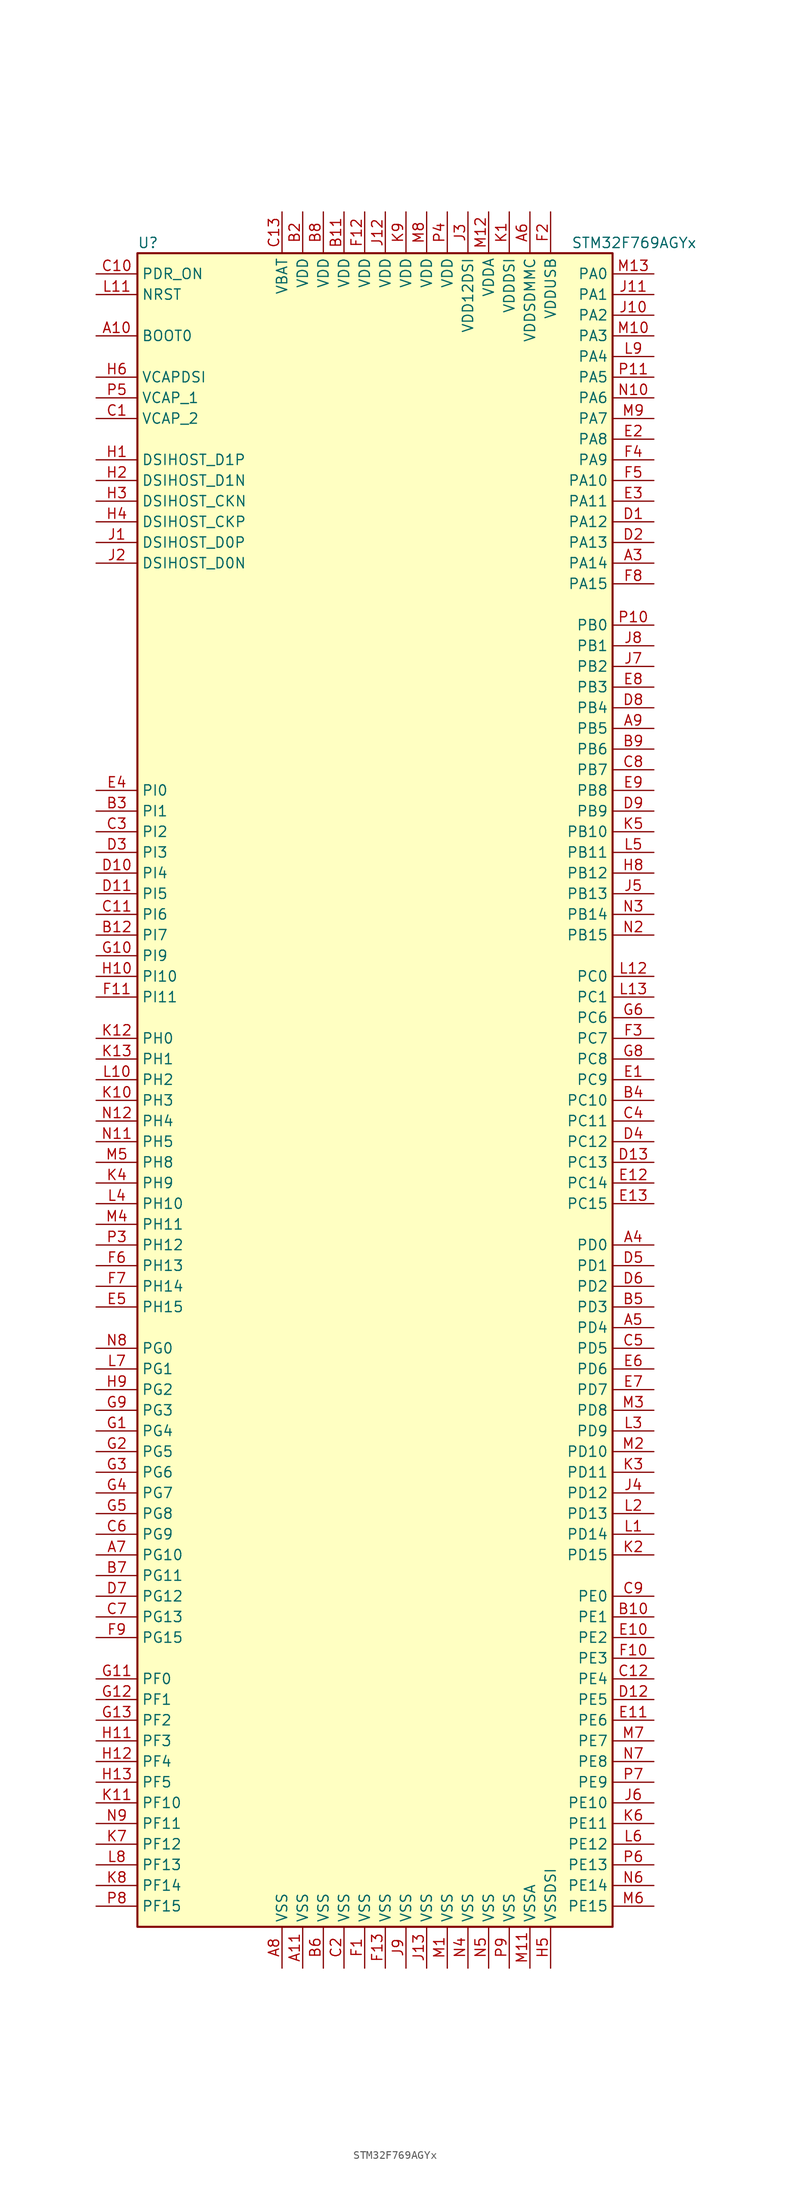
<source format=kicad_sym>
(kicad_symbol_lib
  (version 20211014)
  (generator kicad_symbol_editor)
  (symbol "STM32F769AGYx"
    (property "Reference" "U"
      (at -30.48 102.87 0)
      (effects (font (size 1.27 1.27)) (justify left)))
    (property "Value" "STM32F769AGYx"
      (at 22.86 102.87 0)
      (effects (font (size 1.27 1.27)) (justify left)))
    (symbol "STM32F769AGYx_0_1"
      (rectangle (start -30.48 -104.14) (end 27.94 101.6) (stroke (width 0.254) (type default) (color 0 0 0 0)) (fill (type background))))
    (symbol "STM32F769AGYx_1_1"
      (pin no_connect line (at -30.48 -101.6 0) (length 5.08) hide (name "NC" (effects (font (size 1.27 1.27)))) (number "A1" (effects (font (size 1.27 1.27)))))
      (pin input line (at -35.56 91.44 0) (length 5.08) (name "BOOT0" (effects (font (size 1.27 1.27)))) (number "A10" (effects (font (size 1.27 1.27)))))
      (pin power_in line (at -10.16 -109.22 90) (length 5.08) (name "VSS" (effects (font (size 1.27 1.27)))) (number "A11" (effects (font (size 1.27 1.27)))))
      (pin no_connect line (at -30.48 -96.52 0) (length 5.08) hide (name "NC" (effects (font (size 1.27 1.27)))) (number "A12" (effects (font (size 1.27 1.27)))))
      (pin no_connect line (at -30.48 -93.98 0) (length 5.08) hide (name "NC" (effects (font (size 1.27 1.27)))) (number "A13" (effects (font (size 1.27 1.27)))))
      (pin no_connect line (at -30.48 -99.06 0) (length 5.08) hide (name "NC" (effects (font (size 1.27 1.27)))) (number "A2" (effects (font (size 1.27 1.27)))))
      (pin bidirectional line (at 33.02 63.5 180) (length 5.08) (name "PA14" (effects (font (size 1.27 1.27)))) (number "A3" (effects (font (size 1.27 1.27)))))
      (pin bidirectional line (at 33.02 -20.32 180) (length 5.08) (name "PD0" (effects (font (size 1.27 1.27)))) (number "A4" (effects (font (size 1.27 1.27)))))
      (pin bidirectional line (at 33.02 -30.48 180) (length 5.08) (name "PD4" (effects (font (size 1.27 1.27)))) (number "A5" (effects (font (size 1.27 1.27)))))
      (pin power_in line (at 17.78 106.68 270) (length 5.08) (name "VDDSDMMC" (effects (font (size 1.27 1.27)))) (number "A6" (effects (font (size 1.27 1.27)))))
      (pin bidirectional line (at -35.56 -58.42 0) (length 5.08) (name "PG10" (effects (font (size 1.27 1.27)))) (number "A7" (effects (font (size 1.27 1.27)))))
      (pin power_in line (at -12.7 -109.22 90) (length 5.08) (name "VSS" (effects (font (size 1.27 1.27)))) (number "A8" (effects (font (size 1.27 1.27)))))
      (pin bidirectional line (at 33.02 43.18 180) (length 5.08) (name "PB5" (effects (font (size 1.27 1.27)))) (number "A9" (effects (font (size 1.27 1.27)))))
      (pin no_connect line (at -30.48 -91.44 0) (length 5.08) hide (name "NC" (effects (font (size 1.27 1.27)))) (number "B1" (effects (font (size 1.27 1.27)))))
      (pin bidirectional line (at 33.02 -66.04 180) (length 5.08) (name "PE1" (effects (font (size 1.27 1.27)))) (number "B10" (effects (font (size 1.27 1.27)))))
      (pin power_in line (at -5.08 106.68 270) (length 5.08) (name "VDD" (effects (font (size 1.27 1.27)))) (number "B11" (effects (font (size 1.27 1.27)))))
      (pin bidirectional line (at -35.56 17.78 0) (length 5.08) (name "PI7" (effects (font (size 1.27 1.27)))) (number "B12" (effects (font (size 1.27 1.27)))))
      (pin no_connect line (at -30.48 -88.9 0) (length 5.08) hide (name "NC" (effects (font (size 1.27 1.27)))) (number "B13" (effects (font (size 1.27 1.27)))))
      (pin power_in line (at -10.16 106.68 270) (length 5.08) (name "VDD" (effects (font (size 1.27 1.27)))) (number "B2" (effects (font (size 1.27 1.27)))))
      (pin bidirectional line (at -35.56 33.02 0) (length 5.08) (name "PI1" (effects (font (size 1.27 1.27)))) (number "B3" (effects (font (size 1.27 1.27)))))
      (pin bidirectional line (at 33.02 -2.54 180) (length 5.08) (name "PC10" (effects (font (size 1.27 1.27)))) (number "B4" (effects (font (size 1.27 1.27)))))
      (pin bidirectional line (at 33.02 -27.94 180) (length 5.08) (name "PD3" (effects (font (size 1.27 1.27)))) (number "B5" (effects (font (size 1.27 1.27)))))
      (pin power_in line (at -7.62 -109.22 90) (length 5.08) (name "VSS" (effects (font (size 1.27 1.27)))) (number "B6" (effects (font (size 1.27 1.27)))))
      (pin bidirectional line (at -35.56 -60.96 0) (length 5.08) (name "PG11" (effects (font (size 1.27 1.27)))) (number "B7" (effects (font (size 1.27 1.27)))))
      (pin power_in line (at -7.62 106.68 270) (length 5.08) (name "VDD" (effects (font (size 1.27 1.27)))) (number "B8" (effects (font (size 1.27 1.27)))))
      (pin bidirectional line (at 33.02 40.64 180) (length 5.08) (name "PB6" (effects (font (size 1.27 1.27)))) (number "B9" (effects (font (size 1.27 1.27)))))
      (pin power_in line (at -35.56 81.28 0) (length 5.08) (name "VCAP_2" (effects (font (size 1.27 1.27)))) (number "C1" (effects (font (size 1.27 1.27)))))
      (pin input line (at -35.56 99.06 0) (length 5.08) (name "PDR_ON" (effects (font (size 1.27 1.27)))) (number "C10" (effects (font (size 1.27 1.27)))))
      (pin bidirectional line (at -35.56 20.32 0) (length 5.08) (name "PI6" (effects (font (size 1.27 1.27)))) (number "C11" (effects (font (size 1.27 1.27)))))
      (pin bidirectional line (at 33.02 -73.66 180) (length 5.08) (name "PE4" (effects (font (size 1.27 1.27)))) (number "C12" (effects (font (size 1.27 1.27)))))
      (pin power_in line (at -12.7 106.68 270) (length 5.08) (name "VBAT" (effects (font (size 1.27 1.27)))) (number "C13" (effects (font (size 1.27 1.27)))))
      (pin power_in line (at -5.08 -109.22 90) (length 5.08) (name "VSS" (effects (font (size 1.27 1.27)))) (number "C2" (effects (font (size 1.27 1.27)))))
      (pin bidirectional line (at -35.56 30.48 0) (length 5.08) (name "PI2" (effects (font (size 1.27 1.27)))) (number "C3" (effects (font (size 1.27 1.27)))))
      (pin bidirectional line (at 33.02 -5.08 180) (length 5.08) (name "PC11" (effects (font (size 1.27 1.27)))) (number "C4" (effects (font (size 1.27 1.27)))))
      (pin bidirectional line (at 33.02 -33.02 180) (length 5.08) (name "PD5" (effects (font (size 1.27 1.27)))) (number "C5" (effects (font (size 1.27 1.27)))))
      (pin bidirectional line (at -35.56 -55.88 0) (length 5.08) (name "PG9" (effects (font (size 1.27 1.27)))) (number "C6" (effects (font (size 1.27 1.27)))))
      (pin bidirectional line (at -35.56 -66.04 0) (length 5.08) (name "PG13" (effects (font (size 1.27 1.27)))) (number "C7" (effects (font (size 1.27 1.27)))))
      (pin bidirectional line (at 33.02 38.1 180) (length 5.08) (name "PB7" (effects (font (size 1.27 1.27)))) (number "C8" (effects (font (size 1.27 1.27)))))
      (pin bidirectional line (at 33.02 -63.5 180) (length 5.08) (name "PE0" (effects (font (size 1.27 1.27)))) (number "C9" (effects (font (size 1.27 1.27)))))
      (pin bidirectional line (at 33.02 68.58 180) (length 5.08) (name "PA12" (effects (font (size 1.27 1.27)))) (number "D1" (effects (font (size 1.27 1.27)))))
      (pin bidirectional line (at -35.56 25.4 0) (length 5.08) (name "PI4" (effects (font (size 1.27 1.27)))) (number "D10" (effects (font (size 1.27 1.27)))))
      (pin bidirectional line (at -35.56 22.86 0) (length 5.08) (name "PI5" (effects (font (size 1.27 1.27)))) (number "D11" (effects (font (size 1.27 1.27)))))
      (pin bidirectional line (at 33.02 -76.2 180) (length 5.08) (name "PE5" (effects (font (size 1.27 1.27)))) (number "D12" (effects (font (size 1.27 1.27)))))
      (pin bidirectional line (at 33.02 -10.16 180) (length 5.08) (name "PC13" (effects (font (size 1.27 1.27)))) (number "D13" (effects (font (size 1.27 1.27)))))
      (pin bidirectional line (at 33.02 66.04 180) (length 5.08) (name "PA13" (effects (font (size 1.27 1.27)))) (number "D2" (effects (font (size 1.27 1.27)))))
      (pin bidirectional line (at -35.56 27.94 0) (length 5.08) (name "PI3" (effects (font (size 1.27 1.27)))) (number "D3" (effects (font (size 1.27 1.27)))))
      (pin bidirectional line (at 33.02 -7.62 180) (length 5.08) (name "PC12" (effects (font (size 1.27 1.27)))) (number "D4" (effects (font (size 1.27 1.27)))))
      (pin bidirectional line (at 33.02 -22.86 180) (length 5.08) (name "PD1" (effects (font (size 1.27 1.27)))) (number "D5" (effects (font (size 1.27 1.27)))))
      (pin bidirectional line (at 33.02 -25.4 180) (length 5.08) (name "PD2" (effects (font (size 1.27 1.27)))) (number "D6" (effects (font (size 1.27 1.27)))))
      (pin bidirectional line (at -35.56 -63.5 0) (length 5.08) (name "PG12" (effects (font (size 1.27 1.27)))) (number "D7" (effects (font (size 1.27 1.27)))))
      (pin bidirectional line (at 33.02 45.72 180) (length 5.08) (name "PB4" (effects (font (size 1.27 1.27)))) (number "D8" (effects (font (size 1.27 1.27)))))
      (pin bidirectional line (at 33.02 33.02 180) (length 5.08) (name "PB9" (effects (font (size 1.27 1.27)))) (number "D9" (effects (font (size 1.27 1.27)))))
      (pin bidirectional line (at 33.02 0 180) (length 5.08) (name "PC9" (effects (font (size 1.27 1.27)))) (number "E1" (effects (font (size 1.27 1.27)))))
      (pin bidirectional line (at 33.02 -68.58 180) (length 5.08) (name "PE2" (effects (font (size 1.27 1.27)))) (number "E10" (effects (font (size 1.27 1.27)))))
      (pin bidirectional line (at 33.02 -78.74 180) (length 5.08) (name "PE6" (effects (font (size 1.27 1.27)))) (number "E11" (effects (font (size 1.27 1.27)))))
      (pin bidirectional line (at 33.02 -12.7 180) (length 5.08) (name "PC14" (effects (font (size 1.27 1.27)))) (number "E12" (effects (font (size 1.27 1.27)))))
      (pin bidirectional line (at 33.02 -15.24 180) (length 5.08) (name "PC15" (effects (font (size 1.27 1.27)))) (number "E13" (effects (font (size 1.27 1.27)))))
      (pin bidirectional line (at 33.02 78.74 180) (length 5.08) (name "PA8" (effects (font (size 1.27 1.27)))) (number "E2" (effects (font (size 1.27 1.27)))))
      (pin bidirectional line (at 33.02 71.12 180) (length 5.08) (name "PA11" (effects (font (size 1.27 1.27)))) (number "E3" (effects (font (size 1.27 1.27)))))
      (pin bidirectional line (at -35.56 35.56 0) (length 5.08) (name "PI0" (effects (font (size 1.27 1.27)))) (number "E4" (effects (font (size 1.27 1.27)))))
      (pin bidirectional line (at -35.56 -27.94 0) (length 5.08) (name "PH15" (effects (font (size 1.27 1.27)))) (number "E5" (effects (font (size 1.27 1.27)))))
      (pin bidirectional line (at 33.02 -35.56 180) (length 5.08) (name "PD6" (effects (font (size 1.27 1.27)))) (number "E6" (effects (font (size 1.27 1.27)))))
      (pin bidirectional line (at 33.02 -38.1 180) (length 5.08) (name "PD7" (effects (font (size 1.27 1.27)))) (number "E7" (effects (font (size 1.27 1.27)))))
      (pin bidirectional line (at 33.02 48.26 180) (length 5.08) (name "PB3" (effects (font (size 1.27 1.27)))) (number "E8" (effects (font (size 1.27 1.27)))))
      (pin bidirectional line (at 33.02 35.56 180) (length 5.08) (name "PB8" (effects (font (size 1.27 1.27)))) (number "E9" (effects (font (size 1.27 1.27)))))
      (pin power_in line (at -2.54 -109.22 90) (length 5.08) (name "VSS" (effects (font (size 1.27 1.27)))) (number "F1" (effects (font (size 1.27 1.27)))))
      (pin bidirectional line (at 33.02 -71.12 180) (length 5.08) (name "PE3" (effects (font (size 1.27 1.27)))) (number "F10" (effects (font (size 1.27 1.27)))))
      (pin bidirectional line (at -35.56 10.16 0) (length 5.08) (name "PI11" (effects (font (size 1.27 1.27)))) (number "F11" (effects (font (size 1.27 1.27)))))
      (pin power_in line (at -2.54 106.68 270) (length 5.08) (name "VDD" (effects (font (size 1.27 1.27)))) (number "F12" (effects (font (size 1.27 1.27)))))
      (pin power_in line (at 0 -109.22 90) (length 5.08) (name "VSS" (effects (font (size 1.27 1.27)))) (number "F13" (effects (font (size 1.27 1.27)))))
      (pin power_in line (at 20.32 106.68 270) (length 5.08) (name "VDDUSB" (effects (font (size 1.27 1.27)))) (number "F2" (effects (font (size 1.27 1.27)))))
      (pin bidirectional line (at 33.02 5.08 180) (length 5.08) (name "PC7" (effects (font (size 1.27 1.27)))) (number "F3" (effects (font (size 1.27 1.27)))))
      (pin bidirectional line (at 33.02 76.2 180) (length 5.08) (name "PA9" (effects (font (size 1.27 1.27)))) (number "F4" (effects (font (size 1.27 1.27)))))
      (pin bidirectional line (at 33.02 73.66 180) (length 5.08) (name "PA10" (effects (font (size 1.27 1.27)))) (number "F5" (effects (font (size 1.27 1.27)))))
      (pin bidirectional line (at -35.56 -22.86 0) (length 5.08) (name "PH13" (effects (font (size 1.27 1.27)))) (number "F6" (effects (font (size 1.27 1.27)))))
      (pin bidirectional line (at -35.56 -25.4 0) (length 5.08) (name "PH14" (effects (font (size 1.27 1.27)))) (number "F7" (effects (font (size 1.27 1.27)))))
      (pin bidirectional line (at 33.02 60.96 180) (length 5.08) (name "PA15" (effects (font (size 1.27 1.27)))) (number "F8" (effects (font (size 1.27 1.27)))))
      (pin bidirectional line (at -35.56 -68.58 0) (length 5.08) (name "PG15" (effects (font (size 1.27 1.27)))) (number "F9" (effects (font (size 1.27 1.27)))))
      (pin bidirectional line (at -35.56 -43.18 0) (length 5.08) (name "PG4" (effects (font (size 1.27 1.27)))) (number "G1" (effects (font (size 1.27 1.27)))))
      (pin bidirectional line (at -35.56 15.24 0) (length 5.08) (name "PI9" (effects (font (size 1.27 1.27)))) (number "G10" (effects (font (size 1.27 1.27)))))
      (pin bidirectional line (at -35.56 -73.66 0) (length 5.08) (name "PF0" (effects (font (size 1.27 1.27)))) (number "G11" (effects (font (size 1.27 1.27)))))
      (pin bidirectional line (at -35.56 -76.2 0) (length 5.08) (name "PF1" (effects (font (size 1.27 1.27)))) (number "G12" (effects (font (size 1.27 1.27)))))
      (pin bidirectional line (at -35.56 -78.74 0) (length 5.08) (name "PF2" (effects (font (size 1.27 1.27)))) (number "G13" (effects (font (size 1.27 1.27)))))
      (pin bidirectional line (at -35.56 -45.72 0) (length 5.08) (name "PG5" (effects (font (size 1.27 1.27)))) (number "G2" (effects (font (size 1.27 1.27)))))
      (pin bidirectional line (at -35.56 -48.26 0) (length 5.08) (name "PG6" (effects (font (size 1.27 1.27)))) (number "G3" (effects (font (size 1.27 1.27)))))
      (pin bidirectional line (at -35.56 -50.8 0) (length 5.08) (name "PG7" (effects (font (size 1.27 1.27)))) (number "G4" (effects (font (size 1.27 1.27)))))
      (pin bidirectional line (at -35.56 -53.34 0) (length 5.08) (name "PG8" (effects (font (size 1.27 1.27)))) (number "G5" (effects (font (size 1.27 1.27)))))
      (pin bidirectional line (at 33.02 7.62 180) (length 5.08) (name "PC6" (effects (font (size 1.27 1.27)))) (number "G6" (effects (font (size 1.27 1.27)))))
      (pin bidirectional line (at 33.02 2.54 180) (length 5.08) (name "PC8" (effects (font (size 1.27 1.27)))) (number "G8" (effects (font (size 1.27 1.27)))))
      (pin bidirectional line (at -35.56 -40.64 0) (length 5.08) (name "PG3" (effects (font (size 1.27 1.27)))) (number "G9" (effects (font (size 1.27 1.27)))))
      (pin bidirectional line (at -35.56 76.2 0) (length 5.08) (name "DSIHOST_D1P" (effects (font (size 1.27 1.27)))) (number "H1" (effects (font (size 1.27 1.27)))))
      (pin bidirectional line (at -35.56 12.7 0) (length 5.08) (name "PI10" (effects (font (size 1.27 1.27)))) (number "H10" (effects (font (size 1.27 1.27)))))
      (pin bidirectional line (at -35.56 -81.28 0) (length 5.08) (name "PF3" (effects (font (size 1.27 1.27)))) (number "H11" (effects (font (size 1.27 1.27)))))
      (pin bidirectional line (at -35.56 -83.82 0) (length 5.08) (name "PF4" (effects (font (size 1.27 1.27)))) (number "H12" (effects (font (size 1.27 1.27)))))
      (pin bidirectional line (at -35.56 -86.36 0) (length 5.08) (name "PF5" (effects (font (size 1.27 1.27)))) (number "H13" (effects (font (size 1.27 1.27)))))
      (pin bidirectional line (at -35.56 73.66 0) (length 5.08) (name "DSIHOST_D1N" (effects (font (size 1.27 1.27)))) (number "H2" (effects (font (size 1.27 1.27)))))
      (pin bidirectional line (at -35.56 71.12 0) (length 5.08) (name "DSIHOST_CKN" (effects (font (size 1.27 1.27)))) (number "H3" (effects (font (size 1.27 1.27)))))
      (pin bidirectional line (at -35.56 68.58 0) (length 5.08) (name "DSIHOST_CKP" (effects (font (size 1.27 1.27)))) (number "H4" (effects (font (size 1.27 1.27)))))
      (pin power_in line (at 20.32 -109.22 90) (length 5.08) (name "VSSDSI" (effects (font (size 1.27 1.27)))) (number "H5" (effects (font (size 1.27 1.27)))))
      (pin power_in line (at -35.56 86.36 0) (length 5.08) (name "VCAPDSI" (effects (font (size 1.27 1.27)))) (number "H6" (effects (font (size 1.27 1.27)))))
      (pin bidirectional line (at 33.02 25.4 180) (length 5.08) (name "PB12" (effects (font (size 1.27 1.27)))) (number "H8" (effects (font (size 1.27 1.27)))))
      (pin bidirectional line (at -35.56 -38.1 0) (length 5.08) (name "PG2" (effects (font (size 1.27 1.27)))) (number "H9" (effects (font (size 1.27 1.27)))))
      (pin bidirectional line (at -35.56 66.04 0) (length 5.08) (name "DSIHOST_D0P" (effects (font (size 1.27 1.27)))) (number "J1" (effects (font (size 1.27 1.27)))))
      (pin bidirectional line (at 33.02 93.98 180) (length 5.08) (name "PA2" (effects (font (size 1.27 1.27)))) (number "J10" (effects (font (size 1.27 1.27)))))
      (pin bidirectional line (at 33.02 96.52 180) (length 5.08) (name "PA1" (effects (font (size 1.27 1.27)))) (number "J11" (effects (font (size 1.27 1.27)))))
      (pin power_in line (at 0 106.68 270) (length 5.08) (name "VDD" (effects (font (size 1.27 1.27)))) (number "J12" (effects (font (size 1.27 1.27)))))
      (pin power_in line (at 5.08 -109.22 90) (length 5.08) (name "VSS" (effects (font (size 1.27 1.27)))) (number "J13" (effects (font (size 1.27 1.27)))))
      (pin bidirectional line (at -35.56 63.5 0) (length 5.08) (name "DSIHOST_D0N" (effects (font (size 1.27 1.27)))) (number "J2" (effects (font (size 1.27 1.27)))))
      (pin power_in line (at 10.16 106.68 270) (length 5.08) (name "VDD12DSI" (effects (font (size 1.27 1.27)))) (number "J3" (effects (font (size 1.27 1.27)))))
      (pin bidirectional line (at 33.02 -50.8 180) (length 5.08) (name "PD12" (effects (font (size 1.27 1.27)))) (number "J4" (effects (font (size 1.27 1.27)))))
      (pin bidirectional line (at 33.02 22.86 180) (length 5.08) (name "PB13" (effects (font (size 1.27 1.27)))) (number "J5" (effects (font (size 1.27 1.27)))))
      (pin bidirectional line (at 33.02 -88.9 180) (length 5.08) (name "PE10" (effects (font (size 1.27 1.27)))) (number "J6" (effects (font (size 1.27 1.27)))))
      (pin bidirectional line (at 33.02 50.8 180) (length 5.08) (name "PB2" (effects (font (size 1.27 1.27)))) (number "J7" (effects (font (size 1.27 1.27)))))
      (pin bidirectional line (at 33.02 53.34 180) (length 5.08) (name "PB1" (effects (font (size 1.27 1.27)))) (number "J8" (effects (font (size 1.27 1.27)))))
      (pin power_in line (at 2.54 -109.22 90) (length 5.08) (name "VSS" (effects (font (size 1.27 1.27)))) (number "J9" (effects (font (size 1.27 1.27)))))
      (pin power_in line (at 15.24 106.68 270) (length 5.08) (name "VDDDSI" (effects (font (size 1.27 1.27)))) (number "K1" (effects (font (size 1.27 1.27)))))
      (pin bidirectional line (at -35.56 -2.54 0) (length 5.08) (name "PH3" (effects (font (size 1.27 1.27)))) (number "K10" (effects (font (size 1.27 1.27)))))
      (pin bidirectional line (at -35.56 -88.9 0) (length 5.08) (name "PF10" (effects (font (size 1.27 1.27)))) (number "K11" (effects (font (size 1.27 1.27)))))
      (pin input line (at -35.56 5.08 0) (length 5.08) (name "PH0" (effects (font (size 1.27 1.27)))) (number "K12" (effects (font (size 1.27 1.27)))))
      (pin input line (at -35.56 2.54 0) (length 5.08) (name "PH1" (effects (font (size 1.27 1.27)))) (number "K13" (effects (font (size 1.27 1.27)))))
      (pin bidirectional line (at 33.02 -58.42 180) (length 5.08) (name "PD15" (effects (font (size 1.27 1.27)))) (number "K2" (effects (font (size 1.27 1.27)))))
      (pin bidirectional line (at 33.02 -48.26 180) (length 5.08) (name "PD11" (effects (font (size 1.27 1.27)))) (number "K3" (effects (font (size 1.27 1.27)))))
      (pin bidirectional line (at -35.56 -12.7 0) (length 5.08) (name "PH9" (effects (font (size 1.27 1.27)))) (number "K4" (effects (font (size 1.27 1.27)))))
      (pin bidirectional line (at 33.02 30.48 180) (length 5.08) (name "PB10" (effects (font (size 1.27 1.27)))) (number "K5" (effects (font (size 1.27 1.27)))))
      (pin bidirectional line (at 33.02 -91.44 180) (length 5.08) (name "PE11" (effects (font (size 1.27 1.27)))) (number "K6" (effects (font (size 1.27 1.27)))))
      (pin bidirectional line (at -35.56 -93.98 0) (length 5.08) (name "PF12" (effects (font (size 1.27 1.27)))) (number "K7" (effects (font (size 1.27 1.27)))))
      (pin bidirectional line (at -35.56 -99.06 0) (length 5.08) (name "PF14" (effects (font (size 1.27 1.27)))) (number "K8" (effects (font (size 1.27 1.27)))))
      (pin power_in line (at 2.54 106.68 270) (length 5.08) (name "VDD" (effects (font (size 1.27 1.27)))) (number "K9" (effects (font (size 1.27 1.27)))))
      (pin bidirectional line (at 33.02 -55.88 180) (length 5.08) (name "PD14" (effects (font (size 1.27 1.27)))) (number "L1" (effects (font (size 1.27 1.27)))))
      (pin bidirectional line (at -35.56 0 0) (length 5.08) (name "PH2" (effects (font (size 1.27 1.27)))) (number "L10" (effects (font (size 1.27 1.27)))))
      (pin input line (at -35.56 96.52 0) (length 5.08) (name "NRST" (effects (font (size 1.27 1.27)))) (number "L11" (effects (font (size 1.27 1.27)))))
      (pin bidirectional line (at 33.02 12.7 180) (length 5.08) (name "PC0" (effects (font (size 1.27 1.27)))) (number "L12" (effects (font (size 1.27 1.27)))))
      (pin bidirectional line (at 33.02 10.16 180) (length 5.08) (name "PC1" (effects (font (size 1.27 1.27)))) (number "L13" (effects (font (size 1.27 1.27)))))
      (pin bidirectional line (at 33.02 -53.34 180) (length 5.08) (name "PD13" (effects (font (size 1.27 1.27)))) (number "L2" (effects (font (size 1.27 1.27)))))
      (pin bidirectional line (at 33.02 -43.18 180) (length 5.08) (name "PD9" (effects (font (size 1.27 1.27)))) (number "L3" (effects (font (size 1.27 1.27)))))
      (pin bidirectional line (at -35.56 -15.24 0) (length 5.08) (name "PH10" (effects (font (size 1.27 1.27)))) (number "L4" (effects (font (size 1.27 1.27)))))
      (pin bidirectional line (at 33.02 27.94 180) (length 5.08) (name "PB11" (effects (font (size 1.27 1.27)))) (number "L5" (effects (font (size 1.27 1.27)))))
      (pin bidirectional line (at 33.02 -93.98 180) (length 5.08) (name "PE12" (effects (font (size 1.27 1.27)))) (number "L6" (effects (font (size 1.27 1.27)))))
      (pin bidirectional line (at -35.56 -35.56 0) (length 5.08) (name "PG1" (effects (font (size 1.27 1.27)))) (number "L7" (effects (font (size 1.27 1.27)))))
      (pin bidirectional line (at -35.56 -96.52 0) (length 5.08) (name "PF13" (effects (font (size 1.27 1.27)))) (number "L8" (effects (font (size 1.27 1.27)))))
      (pin bidirectional line (at 33.02 88.9 180) (length 5.08) (name "PA4" (effects (font (size 1.27 1.27)))) (number "L9" (effects (font (size 1.27 1.27)))))
      (pin power_in line (at 7.62 -109.22 90) (length 5.08) (name "VSS" (effects (font (size 1.27 1.27)))) (number "M1" (effects (font (size 1.27 1.27)))))
      (pin bidirectional line (at 33.02 91.44 180) (length 5.08) (name "PA3" (effects (font (size 1.27 1.27)))) (number "M10" (effects (font (size 1.27 1.27)))))
      (pin power_in line (at 17.78 -109.22 90) (length 5.08) (name "VSSA" (effects (font (size 1.27 1.27)))) (number "M11" (effects (font (size 1.27 1.27)))))
      (pin power_in line (at 12.7 106.68 270) (length 5.08) (name "VDDA" (effects (font (size 1.27 1.27)))) (number "M12" (effects (font (size 1.27 1.27)))))
      (pin bidirectional line (at 33.02 99.06 180) (length 5.08) (name "PA0" (effects (font (size 1.27 1.27)))) (number "M13" (effects (font (size 1.27 1.27)))))
      (pin bidirectional line (at 33.02 -45.72 180) (length 5.08) (name "PD10" (effects (font (size 1.27 1.27)))) (number "M2" (effects (font (size 1.27 1.27)))))
      (pin bidirectional line (at 33.02 -40.64 180) (length 5.08) (name "PD8" (effects (font (size 1.27 1.27)))) (number "M3" (effects (font (size 1.27 1.27)))))
      (pin bidirectional line (at -35.56 -17.78 0) (length 5.08) (name "PH11" (effects (font (size 1.27 1.27)))) (number "M4" (effects (font (size 1.27 1.27)))))
      (pin bidirectional line (at -35.56 -10.16 0) (length 5.08) (name "PH8" (effects (font (size 1.27 1.27)))) (number "M5" (effects (font (size 1.27 1.27)))))
      (pin bidirectional line (at 33.02 -101.6 180) (length 5.08) (name "PE15" (effects (font (size 1.27 1.27)))) (number "M6" (effects (font (size 1.27 1.27)))))
      (pin bidirectional line (at 33.02 -81.28 180) (length 5.08) (name "PE7" (effects (font (size 1.27 1.27)))) (number "M7" (effects (font (size 1.27 1.27)))))
      (pin power_in line (at 5.08 106.68 270) (length 5.08) (name "VDD" (effects (font (size 1.27 1.27)))) (number "M8" (effects (font (size 1.27 1.27)))))
      (pin bidirectional line (at 33.02 81.28 180) (length 5.08) (name "PA7" (effects (font (size 1.27 1.27)))) (number "M9" (effects (font (size 1.27 1.27)))))
      (pin no_connect line (at -30.48 -86.36 0) (length 5.08) hide (name "NC" (effects (font (size 1.27 1.27)))) (number "N1" (effects (font (size 1.27 1.27)))))
      (pin bidirectional line (at 33.02 83.82 180) (length 5.08) (name "PA6" (effects (font (size 1.27 1.27)))) (number "N10" (effects (font (size 1.27 1.27)))))
      (pin bidirectional line (at -35.56 -7.62 0) (length 5.08) (name "PH5" (effects (font (size 1.27 1.27)))) (number "N11" (effects (font (size 1.27 1.27)))))
      (pin bidirectional line (at -35.56 -5.08 0) (length 5.08) (name "PH4" (effects (font (size 1.27 1.27)))) (number "N12" (effects (font (size 1.27 1.27)))))
      (pin no_connect line (at -30.48 -83.82 0) (length 5.08) hide (name "NC" (effects (font (size 1.27 1.27)))) (number "N13" (effects (font (size 1.27 1.27)))))
      (pin bidirectional line (at 33.02 17.78 180) (length 5.08) (name "PB15" (effects (font (size 1.27 1.27)))) (number "N2" (effects (font (size 1.27 1.27)))))
      (pin bidirectional line (at 33.02 20.32 180) (length 5.08) (name "PB14" (effects (font (size 1.27 1.27)))) (number "N3" (effects (font (size 1.27 1.27)))))
      (pin power_in line (at 10.16 -109.22 90) (length 5.08) (name "VSS" (effects (font (size 1.27 1.27)))) (number "N4" (effects (font (size 1.27 1.27)))))
      (pin power_in line (at 12.7 -109.22 90) (length 5.08) (name "VSS" (effects (font (size 1.27 1.27)))) (number "N5" (effects (font (size 1.27 1.27)))))
      (pin bidirectional line (at 33.02 -99.06 180) (length 5.08) (name "PE14" (effects (font (size 1.27 1.27)))) (number "N6" (effects (font (size 1.27 1.27)))))
      (pin bidirectional line (at 33.02 -83.82 180) (length 5.08) (name "PE8" (effects (font (size 1.27 1.27)))) (number "N7" (effects (font (size 1.27 1.27)))))
      (pin bidirectional line (at -35.56 -33.02 0) (length 5.08) (name "PG0" (effects (font (size 1.27 1.27)))) (number "N8" (effects (font (size 1.27 1.27)))))
      (pin bidirectional line (at -35.56 -91.44 0) (length 5.08) (name "PF11" (effects (font (size 1.27 1.27)))) (number "N9" (effects (font (size 1.27 1.27)))))
      (pin no_connect line (at -30.48 -81.28 0) (length 5.08) hide (name "NC" (effects (font (size 1.27 1.27)))) (number "P1" (effects (font (size 1.27 1.27)))))
      (pin bidirectional line (at 33.02 55.88 180) (length 5.08) (name "PB0" (effects (font (size 1.27 1.27)))) (number "P10" (effects (font (size 1.27 1.27)))))
      (pin bidirectional line (at 33.02 86.36 180) (length 5.08) (name "PA5" (effects (font (size 1.27 1.27)))) (number "P11" (effects (font (size 1.27 1.27)))))
      (pin no_connect line (at -30.48 -76.2 0) (length 5.08) hide (name "NC" (effects (font (size 1.27 1.27)))) (number "P12" (effects (font (size 1.27 1.27)))))
      (pin no_connect line (at -30.48 -73.66 0) (length 5.08) hide (name "NC" (effects (font (size 1.27 1.27)))) (number "P13" (effects (font (size 1.27 1.27)))))
      (pin no_connect line (at -30.48 -78.74 0) (length 5.08) hide (name "NC" (effects (font (size 1.27 1.27)))) (number "P2" (effects (font (size 1.27 1.27)))))
      (pin bidirectional line (at -35.56 -20.32 0) (length 5.08) (name "PH12" (effects (font (size 1.27 1.27)))) (number "P3" (effects (font (size 1.27 1.27)))))
      (pin power_in line (at 7.62 106.68 270) (length 5.08) (name "VDD" (effects (font (size 1.27 1.27)))) (number "P4" (effects (font (size 1.27 1.27)))))
      (pin power_in line (at -35.56 83.82 0) (length 5.08) (name "VCAP_1" (effects (font (size 1.27 1.27)))) (number "P5" (effects (font (size 1.27 1.27)))))
      (pin bidirectional line (at 33.02 -96.52 180) (length 5.08) (name "PE13" (effects (font (size 1.27 1.27)))) (number "P6" (effects (font (size 1.27 1.27)))))
      (pin bidirectional line (at 33.02 -86.36 180) (length 5.08) (name "PE9" (effects (font (size 1.27 1.27)))) (number "P7" (effects (font (size 1.27 1.27)))))
      (pin bidirectional line (at -35.56 -101.6 0) (length 5.08) (name "PF15" (effects (font (size 1.27 1.27)))) (number "P8" (effects (font (size 1.27 1.27)))))
      (pin power_in line (at 15.24 -109.22 90) (length 5.08) (name "VSS" (effects (font (size 1.27 1.27)))) (number "P9" (effects (font (size 1.27 1.27))))))))
</source>
